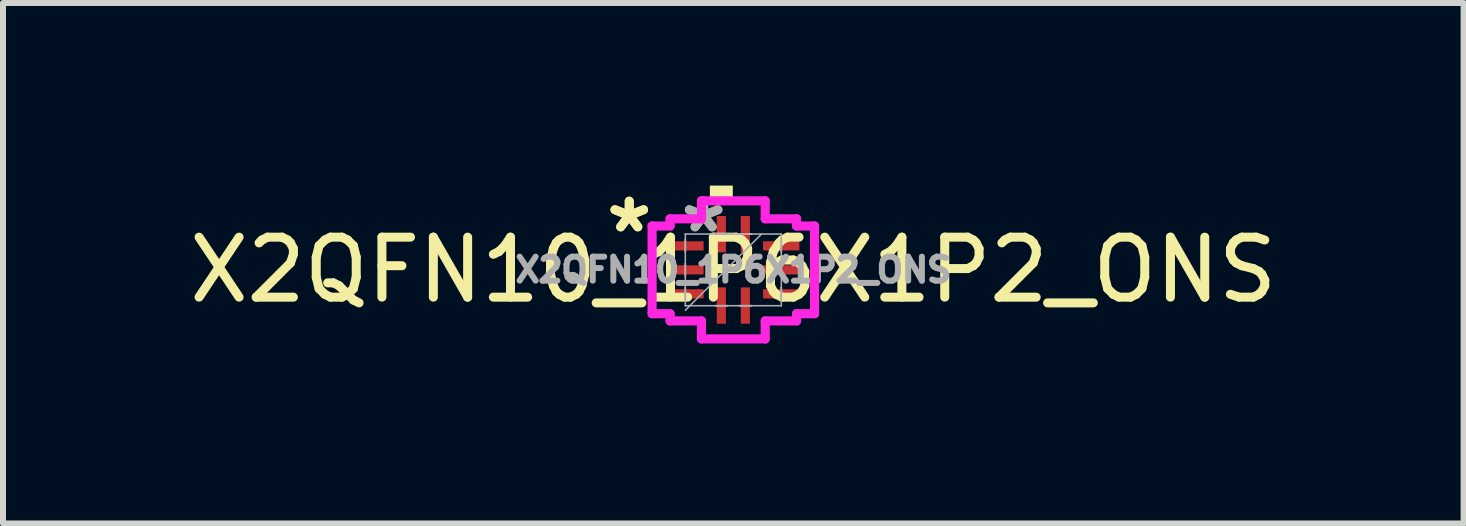
<source format=kicad_pcb>
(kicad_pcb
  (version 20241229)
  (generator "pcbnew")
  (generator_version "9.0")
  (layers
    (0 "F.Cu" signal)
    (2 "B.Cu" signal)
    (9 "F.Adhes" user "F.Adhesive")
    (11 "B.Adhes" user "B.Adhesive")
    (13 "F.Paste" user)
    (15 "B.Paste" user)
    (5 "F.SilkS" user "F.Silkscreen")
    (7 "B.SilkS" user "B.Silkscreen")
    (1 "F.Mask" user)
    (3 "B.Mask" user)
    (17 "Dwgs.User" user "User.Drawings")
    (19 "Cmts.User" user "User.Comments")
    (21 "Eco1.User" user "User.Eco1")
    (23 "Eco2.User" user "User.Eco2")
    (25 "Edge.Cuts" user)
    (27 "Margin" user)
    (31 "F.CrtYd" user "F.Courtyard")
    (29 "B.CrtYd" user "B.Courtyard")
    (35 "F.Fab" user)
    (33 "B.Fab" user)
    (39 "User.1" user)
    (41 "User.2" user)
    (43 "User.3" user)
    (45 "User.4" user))
  (footprint "X2QFN10_1P6X1P2_ONS"
    (layer "F.Cu")
    (at 9.173 1.448)
    (property "Reference" "X2QFN10_1P6X1P2_ONS" (at 0 0 0) (unlocked yes) (layer "F.SilkS") (effects (font (size 1 1) (thickness 0.15))))
    (attr smd)
    (fp_poly (pts (xy -0.391 -1.151) (xy -0.391 -1.405) (xy -0.009 -1.405) (xy -0.009 -1.151)) (stroke (width 0) (type solid)) (fill yes) (layer "F.SilkS"))
    (fp_line (start -1.354 -0.731) (end -1.054 -0.731) (stroke (width 0.152) (type solid)) (layer "F.CrtYd"))
    (fp_line (start -1.354 0.731) (end -1.354 -0.731) (stroke (width 0.152) (type solid)) (layer "F.CrtYd"))
    (fp_line (start -1.054 -0.851) (end -0.531 -0.851) (stroke (width 0.152) (type solid)) (layer "F.CrtYd"))
    (fp_line (start -1.054 -0.731) (end -1.054 -0.851) (stroke (width 0.152) (type solid)) (layer "F.CrtYd"))
    (fp_line (start -1.054 0.731) (end -1.354 0.731) (stroke (width 0.152) (type solid)) (layer "F.CrtYd"))
    (fp_line (start -1.054 0.851) (end -1.054 0.731) (stroke (width 0.152) (type solid)) (layer "F.CrtYd"))
    (fp_line (start -0.531 -1.151) (end 0.531 -1.151) (stroke (width 0.152) (type solid)) (layer "F.CrtYd"))
    (fp_line (start -0.531 -0.851) (end -0.531 -1.151) (stroke (width 0.152) (type solid)) (layer "F.CrtYd"))
    (fp_line (start -0.531 0.851) (end -1.054 0.851) (stroke (width 0.152) (type solid)) (layer "F.CrtYd"))
    (fp_line (start -0.531 1.151) (end -0.531 0.851) (stroke (width 0.152) (type solid)) (layer "F.CrtYd"))
    (fp_line (start 0.531 -1.151) (end 0.531 -0.851) (stroke (width 0.152) (type solid)) (layer "F.CrtYd"))
    (fp_line (start 0.531 -0.851) (end 1.054 -0.851) (stroke (width 0.152) (type solid)) (layer "F.CrtYd"))
    (fp_line (start 0.531 0.851) (end 0.531 1.151) (stroke (width 0.152) (type solid)) (layer "F.CrtYd"))
    (fp_line (start 0.531 1.151) (end -0.531 1.151) (stroke (width 0.152) (type solid)) (layer "F.CrtYd"))
    (fp_line (start 1.054 -0.851) (end 1.054 -0.731) (stroke (width 0.152) (type solid)) (layer "F.CrtYd"))
    (fp_line (start 1.054 -0.731) (end 1.354 -0.731) (stroke (width 0.152) (type solid)) (layer "F.CrtYd"))
    (fp_line (start 1.054 0.731) (end 1.054 0.851) (stroke (width 0.152) (type solid)) (layer "F.CrtYd"))
    (fp_line (start 1.054 0.851) (end 0.531 0.851) (stroke (width 0.152) (type solid)) (layer "F.CrtYd"))
    (fp_line (start 1.354 -0.731) (end 1.354 0.731) (stroke (width 0.152) (type solid)) (layer "F.CrtYd"))
    (fp_line (start 1.354 0.731) (end 1.054 0.731) (stroke (width 0.152) (type solid)) (layer "F.CrtYd"))
    (fp_line (start -0.8 -0.597) (end -0.8 -0.597) (stroke (width 0.025) (type solid)) (layer "F.Fab"))
    (fp_line (start -0.8 -0.597) (end -0.8 0.597) (stroke (width 0.025) (type solid)) (layer "F.Fab"))
    (fp_line (start -0.8 -0.502) (end -0.8 -0.502) (stroke (width 0.025) (type solid)) (layer "F.Fab"))
    (fp_line (start -0.8 -0.502) (end -0.8 -0.298) (stroke (width 0.025) (type solid)) (layer "F.Fab"))
    (fp_line (start -0.8 -0.298) (end -0.8 -0.502) (stroke (width 0.025) (type solid)) (layer "F.Fab"))
    (fp_line (start -0.8 -0.298) (end -0.8 -0.298) (stroke (width 0.025) (type solid)) (layer "F.Fab"))
    (fp_line (start -0.8 -0.102) (end -0.8 -0.102) (stroke (width 0.025) (type solid)) (layer "F.Fab"))
    (fp_line (start -0.8 -0.102) (end -0.8 0.102) (stroke (width 0.025) (type solid)) (layer "F.Fab"))
    (fp_line (start -0.8 0.102) (end -0.8 -0.102) (stroke (width 0.025) (type solid)) (layer "F.Fab"))
    (fp_line (start -0.8 0.102) (end -0.8 0.102) (stroke (width 0.025) (type solid)) (layer "F.Fab"))
    (fp_line (start -0.8 0.298) (end -0.8 0.298) (stroke (width 0.025) (type solid)) (layer "F.Fab"))
    (fp_line (start -0.8 0.298) (end -0.8 0.502) (stroke (width 0.025) (type solid)) (layer "F.Fab"))
    (fp_line (start -0.8 0.502) (end -0.8 0.298) (stroke (width 0.025) (type solid)) (layer "F.Fab"))
    (fp_line (start -0.8 0.502) (end -0.8 0.502) (stroke (width 0.025) (type solid)) (layer "F.Fab"))
    (fp_line (start -0.8 0.597) (end -0.8 0.597) (stroke (width 0.025) (type solid)) (layer "F.Fab"))
    (fp_line (start -0.8 0.597) (end 0.8 0.597) (stroke (width 0.025) (type solid)) (layer "F.Fab"))
    (fp_line (start -0.8 0.673) (end 0.47 -0.597) (stroke (width 0.025) (type solid)) (layer "F.Fab"))
    (fp_line (start -0.302 -0.597) (end -0.302 -0.597) (stroke (width 0.025) (type solid)) (layer "F.Fab"))
    (fp_line (start -0.302 -0.597) (end -0.098 -0.597) (stroke (width 0.025) (type solid)) (layer "F.Fab"))
    (fp_line (start -0.302 0.597) (end -0.302 0.597) (stroke (width 0.025) (type solid)) (layer "F.Fab"))
    (fp_line (start -0.302 0.597) (end -0.098 0.597) (stroke (width 0.025) (type solid)) (layer "F.Fab"))
    (fp_line (start -0.098 -0.597) (end -0.302 -0.597) (stroke (width 0.025) (type solid)) (layer "F.Fab"))
    (fp_line (start -0.098 -0.597) (end -0.098 -0.597) (stroke (width 0.025) (type solid)) (layer "F.Fab"))
    (fp_line (start -0.098 0.597) (end -0.302 0.597) (stroke (width 0.025) (type solid)) (layer "F.Fab"))
    (fp_line (start -0.098 0.597) (end -0.098 0.597) (stroke (width 0.025) (type solid)) (layer "F.Fab"))
    (fp_line (start 0.098 -0.597) (end 0.098 -0.597) (stroke (width 0.025) (type solid)) (layer "F.Fab"))
    (fp_line (start 0.098 -0.597) (end 0.302 -0.597) (stroke (width 0.025) (type solid)) (layer "F.Fab"))
    (fp_line (start 0.098 0.597) (end 0.098 0.597) (stroke (width 0.025) (type solid)) (layer "F.Fab"))
    (fp_line (start 0.098 0.597) (end 0.302 0.597) (stroke (width 0.025) (type solid)) (layer "F.Fab"))
    (fp_line (start 0.302 -0.597) (end 0.098 -0.597) (stroke (width 0.025) (type solid)) (layer "F.Fab"))
    (fp_line (start 0.302 -0.597) (end 0.302 -0.597) (stroke (width 0.025) (type solid)) (layer "F.Fab"))
    (fp_line (start 0.302 0.597) (end 0.098 0.597) (stroke (width 0.025) (type solid)) (layer "F.Fab"))
    (fp_line (start 0.302 0.597) (end 0.302 0.597) (stroke (width 0.025) (type solid)) (layer "F.Fab"))
    (fp_line (start 0.8 -0.597) (end -0.8 -0.597) (stroke (width 0.025) (type solid)) (layer "F.Fab"))
    (fp_line (start 0.8 -0.597) (end 0.8 -0.597) (stroke (width 0.025) (type solid)) (layer "F.Fab"))
    (fp_line (start 0.8 -0.502) (end 0.8 -0.502) (stroke (width 0.025) (type solid)) (layer "F.Fab"))
    (fp_line (start 0.8 -0.502) (end 0.8 -0.298) (stroke (width 0.025) (type solid)) (layer "F.Fab"))
    (fp_line (start 0.8 -0.298) (end 0.8 -0.502) (stroke (width 0.025) (type solid)) (layer "F.Fab"))
    (fp_line (start 0.8 -0.298) (end 0.8 -0.298) (stroke (width 0.025) (type solid)) (layer "F.Fab"))
    (fp_line (start 0.8 -0.102) (end 0.8 -0.102) (stroke (width 0.025) (type solid)) (layer "F.Fab"))
    (fp_line (start 0.8 -0.102) (end 0.8 0.102) (stroke (width 0.025) (type solid)) (layer "F.Fab"))
    (fp_line (start 0.8 0.102) (end 0.8 -0.102) (stroke (width 0.025) (type solid)) (layer "F.Fab"))
    (fp_line (start 0.8 0.102) (end 0.8 0.102) (stroke (width 0.025) (type solid)) (layer "F.Fab"))
    (fp_line (start 0.8 0.298) (end 0.8 0.298) (stroke (width 0.025) (type solid)) (layer "F.Fab"))
    (fp_line (start 0.8 0.298) (end 0.8 0.502) (stroke (width 0.025) (type solid)) (layer "F.Fab"))
    (fp_line (start 0.8 0.502) (end 0.8 0.298) (stroke (width 0.025) (type solid)) (layer "F.Fab"))
    (fp_line (start 0.8 0.502) (end 0.8 0.502) (stroke (width 0.025) (type solid)) (layer "F.Fab"))
    (fp_line (start 0.8 0.597) (end 0.8 -0.597) (stroke (width 0.025) (type solid)) (layer "F.Fab"))
    (fp_line (start 0.8 0.597) (end 0.8 0.597) (stroke (width 0.025) (type solid)) (layer "F.Fab"))
    (fp_text user "*" (at -1.735 -0.6 0) (layer "F.SilkS") (effects (font (size 1 1) (thickness 0.15))))
    (fp_text user "*" (at -1.735 -0.6 0) (unlocked yes) (layer "F.SilkS") (effects (font (size 1 1) (thickness 0.15))))
    (fp_text user "${REFERENCE}" (at 0 0 0) (unlocked yes) (layer "F.Fab") (effects (font (size 0.4 0.4) (thickness 0.15))))
    (fp_text user "*" (at -0.495 -0.6 0) (layer "F.Fab") (effects (font (size 1 1) (thickness 0.15))))
    (fp_text user "*" (at -0.495 -0.6 0) (unlocked yes) (layer "F.Fab") (effects (font (size 1 1) (thickness 0.15))))
    (pad "1" smd rect (at -0.798 0.4 90) (size 0.153 0.605) (layers "F.Cu" "F.Mask" "F.Paste"))
    (pad "2" smd rect (at -0.798 0 90) (size 0.153 0.605) (layers "F.Cu" "F.Mask" "F.Paste"))
    (pad "3" smd rect (at -0.798 -0.4 90) (size 0.153 0.605) (layers "F.Cu" "F.Mask" "F.Paste"))
    (pad "4" smd rect (at -0.2 -0.595) (size 0.153 0.605) (layers "F.Cu" "F.Mask" "F.Paste"))
    (pad "5" smd rect (at 0.2 -0.595) (size 0.153 0.605) (layers "F.Cu" "F.Mask" "F.Paste"))
    (pad "6" smd rect (at 0.798 -0.4 90) (size 0.153 0.605) (layers "F.Cu" "F.Mask" "F.Paste"))
    (pad "7" smd rect (at 0.798 0 90) (size 0.153 0.605) (layers "F.Cu" "F.Mask" "F.Paste"))
    (pad "8" smd rect (at 0.798 0.4 90) (size 0.153 0.605) (layers "F.Cu" "F.Mask" "F.Paste"))
    (pad "9" smd rect (at 0.2 0.595) (size 0.153 0.605) (layers "F.Cu" "F.Mask" "F.Paste"))
    (pad "10" smd rect (at -0.2 0.595) (size 0.153 0.605) (layers "F.Cu" "F.Mask" "F.Paste")))
  (gr_rect
    (start -3 -3)
    (end 21.345 5.675)
    (stroke (width 0.1) (type default))
    (fill no)
    (layer "Edge.Cuts")))
</source>
